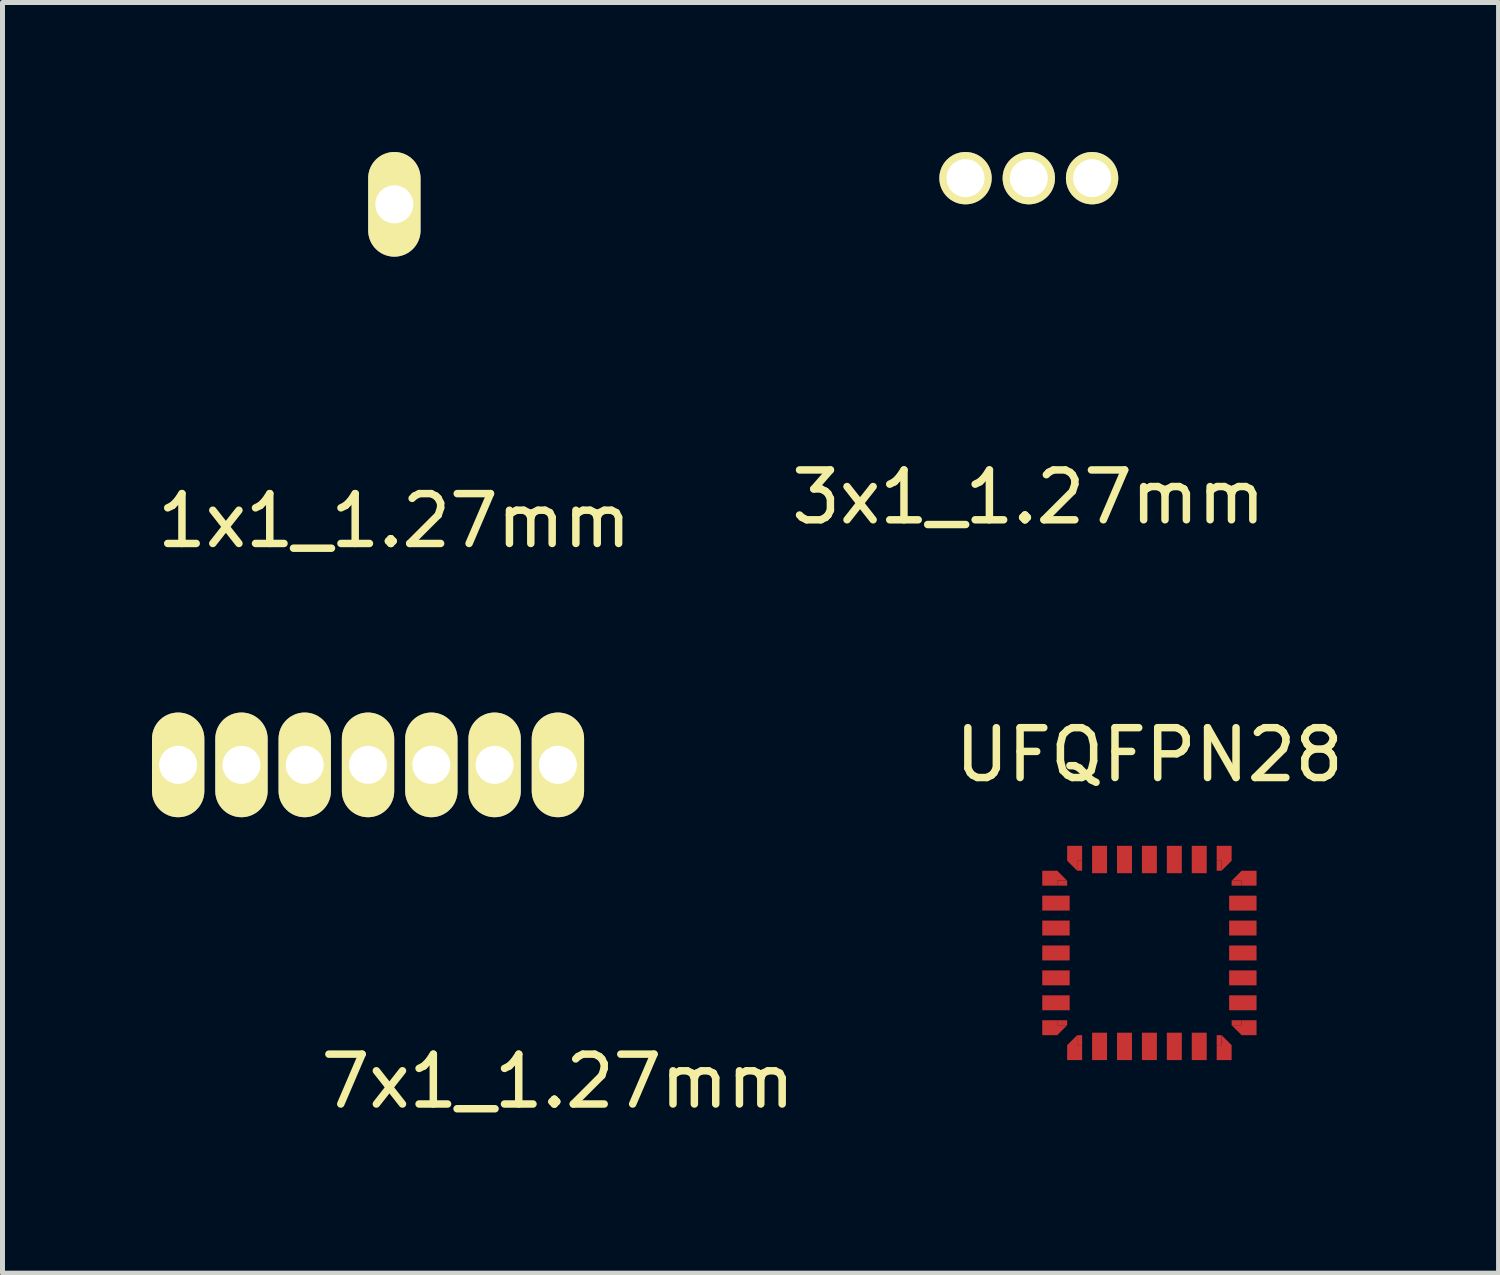
<source format=kicad_pcb>
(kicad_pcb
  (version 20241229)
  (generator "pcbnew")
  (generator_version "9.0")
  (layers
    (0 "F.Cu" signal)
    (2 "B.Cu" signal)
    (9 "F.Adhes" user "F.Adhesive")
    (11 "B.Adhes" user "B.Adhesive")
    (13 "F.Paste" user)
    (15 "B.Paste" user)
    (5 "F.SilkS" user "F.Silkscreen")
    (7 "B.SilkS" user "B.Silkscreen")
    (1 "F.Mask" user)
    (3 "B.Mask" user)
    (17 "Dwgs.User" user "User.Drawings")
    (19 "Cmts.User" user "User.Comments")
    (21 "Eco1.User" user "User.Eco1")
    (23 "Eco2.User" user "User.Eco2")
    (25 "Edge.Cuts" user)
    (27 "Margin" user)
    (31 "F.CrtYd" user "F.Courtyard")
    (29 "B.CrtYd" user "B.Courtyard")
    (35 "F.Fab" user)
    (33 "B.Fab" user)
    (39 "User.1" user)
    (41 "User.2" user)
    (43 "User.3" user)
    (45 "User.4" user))
  (footprint "7x1_1.27mm"
    (layer "F.Cu")
    (at 8.145 12.298)
    (property "Reference" "7x1_1.27mm" (at 0 6.35 0) (layer "F.SilkS") (effects (font (size 1 1) (thickness 0.15))))
    (attr through_hole)
    (pad "1" thru_hole oval (at 0 0) (size 1.05 2.1) (drill 0.762) (layers "*.Cu" "*.Mask" "F.SilkS"))
    (pad "2" thru_hole oval (at -1.27 0) (size 1.05 2.1) (drill 0.762) (layers "*.Cu" "*.Mask" "F.SilkS"))
    (pad "3" thru_hole oval (at -2.54 0) (size 1.05 2.1) (drill 0.762) (layers "*.Cu" "*.Mask" "F.SilkS"))
    (pad "4" thru_hole oval (at -3.81 0) (size 1.05 2.1) (drill 0.762) (layers "*.Cu" "*.Mask" "F.SilkS"))
    (pad "5" thru_hole oval (at -5.08 0) (size 1.05 2.1) (drill 0.762) (layers "*.Cu" "*.Mask" "F.SilkS"))
    (pad "6" thru_hole oval (at -6.35 0) (size 1.05 2.1) (drill 0.762) (layers "*.Cu" "*.Mask" "F.SilkS"))
    (pad "7" thru_hole oval (at -7.62 0) (size 1.05 2.1) (drill 0.762) (layers "*.Cu" "*.Mask" "F.SilkS")))
  (footprint "1x1_1.27mm"
    (layer "F.Cu")
    (at 4.863 1.05)
    (property "Reference" "1x1_1.27mm" (at 0 6.35 0) (layer "F.SilkS") (effects (font (size 1 1) (thickness 0.15))))
    (attr through_hole)
    (pad "1" thru_hole oval (at 0 0) (size 1.05 2.1) (drill 0.762) (layers "*.Cu" "*.Mask" "F.SilkS")))
  (footprint "3x1_1.27mm"
    (layer "F.Cu")
    (at 17.589 0.575)
    (property "Reference" "3x1_1.27mm" (at 0 6.35 0) (layer "F.SilkS") (effects (font (size 1 1) (thickness 0.15))))
    (attr through_hole)
    (pad "1" thru_hole circle (at 1.275 -0.05) (size 1.05 1.05) (drill 0.762) (layers "*.Cu" "*.Mask" "F.SilkS"))
    (pad "2" thru_hole circle (at 0.005 -0.05) (size 1.05 1.05) (drill 0.762) (layers "*.Cu" "*.Mask" "F.SilkS"))
    (pad "3" thru_hole circle (at -1.265 -0.05) (size 1.05 1.05) (drill 0.762) (layers "*.Cu" "*.Mask" "F.SilkS")))
  (footprint "UFQFPN28"
    (layer "F.Cu")
    (at 20.014 16.072)
    (property "Reference" "UFQFPN28" (at 0 -3.975 0) (layer "F.SilkS") (effects (font (size 1 1) (thickness 0.15))))
    (attr through_hole)
    (pad "1" smd rect (at -2 -1.5 90) (size 0.3 0.3) (layers "F.Cu" "F.Mask" "F.Paste"))
    (pad "1" smd trapezoid (at -1.85 -1.55 90) (size 0.2 0.2) (rect_delta 0.2 0) (layers "F.Cu" "F.Mask" "F.Paste"))
    (pad "1" smd rect (at -1.75 -1.4) (size 0.2 0.1) (layers "F.Cu" "F.Mask" "F.Paste"))
    (pad "2" smd rect (at -1.875 -1) (size 0.55 0.3) (layers "F.Cu" "F.Mask" "F.Paste"))
    (pad "3" smd rect (at -1.875 -0.5) (size 0.55 0.3) (layers "F.Cu" "F.Mask" "F.Paste"))
    (pad "4" smd rect (at -1.875 0) (size 0.55 0.3) (layers "F.Cu" "F.Mask" "F.Paste"))
    (pad "5" smd rect (at -1.875 0.5) (size 0.55 0.3) (layers "F.Cu" "F.Mask" "F.Paste"))
    (pad "6" smd rect (at -1.875 1) (size 0.55 0.3) (layers "F.Cu" "F.Mask" "F.Paste"))
    (pad "7" smd rect (at -2 1.5 90) (size 0.3 0.3) (layers "F.Cu" "F.Mask" "F.Paste"))
    (pad "7" smd trapezoid (at -1.85 1.55 270) (size 0.2 0.2) (rect_delta 0.2 0) (layers "F.Cu" "F.Mask" "F.Paste"))
    (pad "7" smd rect (at -1.75 1.4) (size 0.2 0.1) (layers "F.Cu" "F.Mask" "F.Paste"))
    (pad "8" smd trapezoid (at -1.55 1.85 180) (size 0.2 0.2) (rect_delta 0.2 0) (layers "F.Cu" "F.Mask" "F.Paste"))
    (pad "8" smd rect (at -1.5 2 180) (size 0.3 0.3) (layers "F.Cu" "F.Mask" "F.Paste"))
    (pad "8" smd rect (at -1.4 1.75 90) (size 0.2 0.1) (layers "F.Cu" "F.Mask" "F.Paste"))
    (pad "9" smd rect (at -1 1.875 90) (size 0.55 0.3) (layers "F.Cu" "F.Mask" "F.Paste"))
    (pad "10" smd rect (at -0.5 1.875 90) (size 0.55 0.3) (layers "F.Cu" "F.Mask" "F.Paste"))
    (pad "11" smd rect (at 0 1.875 90) (size 0.55 0.3) (layers "F.Cu" "F.Mask" "F.Paste"))
    (pad "12" smd rect (at 0.5 1.875 90) (size 0.55 0.3) (layers "F.Cu" "F.Mask" "F.Paste"))
    (pad "13" smd rect (at 1 1.875 90) (size 0.55 0.3) (layers "F.Cu" "F.Mask" "F.Paste"))
    (pad "14" smd rect (at 1.4 1.75 90) (size 0.2 0.1) (layers "F.Cu" "F.Mask" "F.Paste"))
    (pad "14" smd rect (at 1.5 2 180) (size 0.3 0.3) (layers "F.Cu" "F.Mask" "F.Paste"))
    (pad "14" smd trapezoid (at 1.55 1.85) (size 0.2 0.2) (rect_delta 0.2 0) (layers "F.Cu" "F.Mask" "F.Paste"))
    (pad "15" smd rect (at 1.75 1.4 180) (size 0.2 0.1) (layers "F.Cu" "F.Mask" "F.Paste"))
    (pad "15" smd trapezoid (at 1.85 1.55 270) (size 0.2 0.2) (rect_delta 0.2 0) (layers "F.Cu" "F.Mask" "F.Paste"))
    (pad "15" smd rect (at 2 1.5 270) (size 0.3 0.3) (layers "F.Cu" "F.Mask" "F.Paste"))
    (pad "16" smd rect (at 1.875 1 180) (size 0.55 0.3) (layers "F.Cu" "F.Mask" "F.Paste"))
    (pad "17" smd rect (at 1.875 0.5 180) (size 0.55 0.3) (layers "F.Cu" "F.Mask" "F.Paste"))
    (pad "18" smd rect (at 1.875 0 180) (size 0.55 0.3) (layers "F.Cu" "F.Mask" "F.Paste"))
    (pad "19" smd rect (at 1.875 -0.5 180) (size 0.55 0.3) (layers "F.Cu" "F.Mask" "F.Paste"))
    (pad "20" smd rect (at 1.875 -1 180) (size 0.55 0.3) (layers "F.Cu" "F.Mask" "F.Paste"))
    (pad "21" smd rect (at 1.75 -1.4 180) (size 0.2 0.1) (layers "F.Cu" "F.Mask" "F.Paste"))
    (pad "21" smd trapezoid (at 1.85 -1.55 90) (size 0.2 0.2) (rect_delta 0.2 0) (layers "F.Cu" "F.Mask" "F.Paste"))
    (pad "21" smd rect (at 2 -1.5 270) (size 0.3 0.3) (layers "F.Cu" "F.Mask" "F.Paste"))
    (pad "22" smd rect (at 1.4 -1.75 270) (size 0.2 0.1) (layers "F.Cu" "F.Mask" "F.Paste"))
    (pad "22" smd rect (at 1.5 -2) (size 0.3 0.3) (layers "F.Cu" "F.Mask" "F.Paste"))
    (pad "22" smd trapezoid (at 1.55 -1.85) (size 0.2 0.2) (rect_delta 0.2 0) (layers "F.Cu" "F.Mask" "F.Paste"))
    (pad "23" smd rect (at 1 -1.875 270) (size 0.55 0.3) (layers "F.Cu" "F.Mask" "F.Paste"))
    (pad "24" smd rect (at 0.5 -1.875 270) (size 0.55 0.3) (layers "F.Cu" "F.Mask" "F.Paste"))
    (pad "25" smd rect (at 0 -1.875 270) (size 0.55 0.3) (layers "F.Cu" "F.Mask" "F.Paste"))
    (pad "26" smd rect (at -0.5 -1.875 270) (size 0.55 0.3) (layers "F.Cu" "F.Mask" "F.Paste"))
    (pad "27" smd rect (at -1 -1.875 270) (size 0.55 0.3) (layers "F.Cu" "F.Mask" "F.Paste"))
    (pad "28" smd trapezoid (at -1.55 -1.85 180) (size 0.2 0.2) (rect_delta 0.2 0) (layers "F.Cu" "F.Mask" "F.Paste"))
    (pad "28" smd rect (at -1.5 -2) (size 0.3 0.3) (layers "F.Cu" "F.Mask" "F.Paste"))
    (pad "28" smd rect (at -1.4 -1.75 270) (size 0.2 0.1) (layers "F.Cu" "F.Mask" "F.Paste")))
  (gr_rect
    (start -3 -3)
    (end 27.02 22.497)
    (stroke (width 0.1) (type default))
    (fill no)
    (layer "Edge.Cuts")))
</source>
